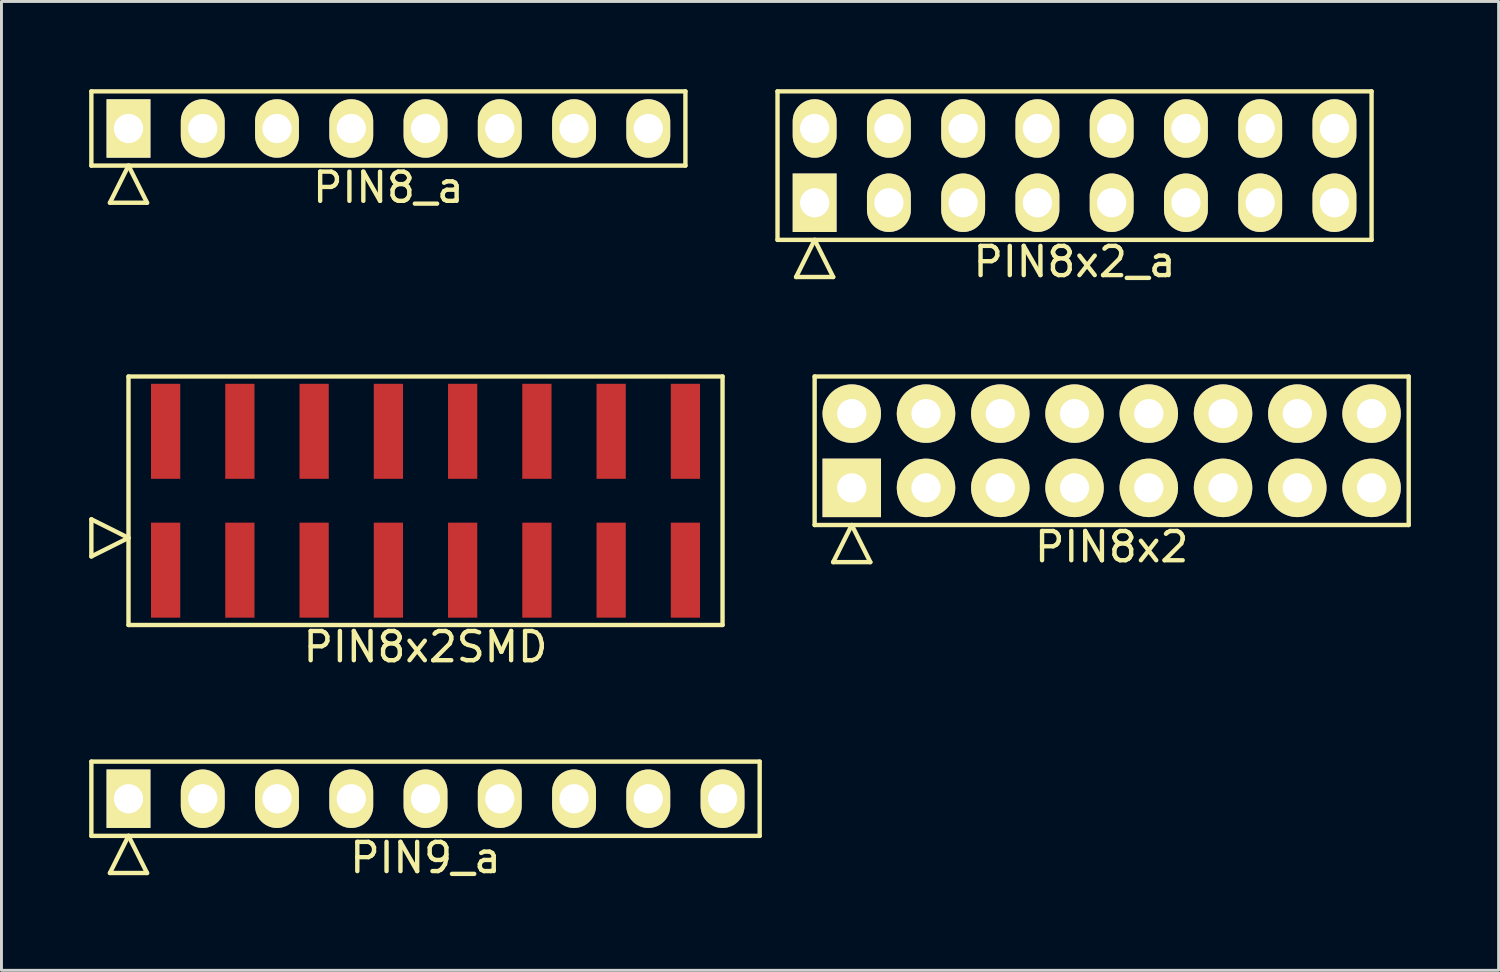
<source format=kicad_pcb>
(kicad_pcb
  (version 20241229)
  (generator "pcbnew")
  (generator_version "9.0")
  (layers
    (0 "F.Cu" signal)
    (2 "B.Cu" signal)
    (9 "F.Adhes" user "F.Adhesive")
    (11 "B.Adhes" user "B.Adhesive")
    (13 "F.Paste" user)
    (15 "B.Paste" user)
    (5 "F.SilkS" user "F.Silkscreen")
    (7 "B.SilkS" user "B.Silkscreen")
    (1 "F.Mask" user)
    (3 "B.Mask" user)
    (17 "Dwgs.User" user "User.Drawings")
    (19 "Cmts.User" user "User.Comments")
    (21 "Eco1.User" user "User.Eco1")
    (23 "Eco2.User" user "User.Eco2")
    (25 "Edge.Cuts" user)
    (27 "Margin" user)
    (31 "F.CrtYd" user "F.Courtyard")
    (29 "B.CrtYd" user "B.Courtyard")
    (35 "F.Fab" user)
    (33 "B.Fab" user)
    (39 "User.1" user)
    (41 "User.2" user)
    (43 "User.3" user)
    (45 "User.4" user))
  (footprint "PIN8x2SMD"
    (layer "F.Cu")
    (at 11.505 14.078)
    (property "Reference" "PIN8x2SMD" (at 0 5 0) (layer "F.SilkS") (effects (font (size 1 1) (thickness 0.15))))
    (attr through_hole)
    (fp_line (start -11.43 1.905) (end -11.43 0.635) (stroke (width 0.15) (type solid)) (layer "F.SilkS"))
    (fp_line (start -10.16 -4.25) (end -10.16 4.25) (stroke (width 0.15) (type solid)) (layer "F.SilkS"))
    (fp_line (start -10.16 1.27) (end -11.43 0.635) (stroke (width 0.15) (type solid)) (layer "F.SilkS"))
    (fp_line (start -10.16 1.27) (end -11.43 1.905) (stroke (width 0.15) (type solid)) (layer "F.SilkS"))
    (fp_line (start -10.16 4.25) (end 10.16 4.25) (stroke (width 0.15) (type solid)) (layer "F.SilkS"))
    (fp_line (start 10.16 -4.25) (end -10.16 -4.25) (stroke (width 0.15) (type solid)) (layer "F.SilkS"))
    (fp_line (start 10.16 4.25) (end 10.16 -4.25) (stroke (width 0.15) (type solid)) (layer "F.SilkS"))
    (pad "1" smd rect (at -8.89 2.375) (size 1 3.25) (layers "F.Cu" "F.Mask" "F.Paste"))
    (pad "2" smd rect (at -8.89 -2.375) (size 1 3.25) (layers "F.Cu" "F.Mask" "F.Paste"))
    (pad "3" smd rect (at -6.35 2.375) (size 1 3.25) (layers "F.Cu" "F.Mask" "F.Paste"))
    (pad "4" smd rect (at -6.35 -2.375) (size 1 3.25) (layers "F.Cu" "F.Mask" "F.Paste"))
    (pad "5" smd rect (at -3.81 2.375) (size 1 3.25) (layers "F.Cu" "F.Mask" "F.Paste"))
    (pad "6" smd rect (at -3.81 -2.375) (size 1 3.25) (layers "F.Cu" "F.Mask" "F.Paste"))
    (pad "7" smd rect (at -1.27 2.375) (size 1 3.25) (layers "F.Cu" "F.Mask" "F.Paste"))
    (pad "8" smd rect (at -1.27 -2.375) (size 1 3.25) (layers "F.Cu" "F.Mask" "F.Paste"))
    (pad "9" smd rect (at 1.27 2.375) (size 1 3.25) (layers "F.Cu" "F.Mask" "F.Paste"))
    (pad "10" smd rect (at 1.27 -2.375) (size 1 3.25) (layers "F.Cu" "F.Mask" "F.Paste"))
    (pad "11" smd rect (at 3.81 2.375) (size 1 3.25) (layers "F.Cu" "F.Mask" "F.Paste"))
    (pad "12" smd rect (at 3.81 -2.375) (size 1 3.25) (layers "F.Cu" "F.Mask" "F.Paste"))
    (pad "13" smd rect (at 6.35 2.375) (size 1 3.25) (layers "F.Cu" "F.Mask" "F.Paste"))
    (pad "14" smd rect (at 6.35 -2.375) (size 1 3.25) (layers "F.Cu" "F.Mask" "F.Paste"))
    (pad "15" smd rect (at 8.89 2.375) (size 1 3.25) (layers "F.Cu" "F.Mask" "F.Paste"))
    (pad "16" smd rect (at 8.89 -2.375) (size 1 3.25) (layers "F.Cu" "F.Mask" "F.Paste")))
  (footprint "PIN8_a"
    (layer "F.Cu")
    (at 10.235 1.345)
    (property "Reference" "PIN8_a" (at 0 2.02 0) (layer "F.SilkS") (effects (font (size 1 1) (thickness 0.15))))
    (attr through_hole)
    (fp_line (start -10.16 -1.27) (end -10.16 1.27) (stroke (width 0.15) (type solid)) (layer "F.SilkS"))
    (fp_line (start -10.16 1.27) (end 10.16 1.27) (stroke (width 0.15) (type solid)) (layer "F.SilkS"))
    (fp_line (start -9.525 2.54) (end -8.89 1.27) (stroke (width 0.15) (type solid)) (layer "F.SilkS"))
    (fp_line (start -9.525 2.54) (end -8.255 2.54) (stroke (width 0.15) (type solid)) (layer "F.SilkS"))
    (fp_line (start -8.255 2.54) (end -8.89 1.27) (stroke (width 0.15) (type solid)) (layer "F.SilkS"))
    (fp_line (start 10.16 -1.27) (end -10.16 -1.27) (stroke (width 0.15) (type solid)) (layer "F.SilkS"))
    (fp_line (start 10.16 1.27) (end 10.16 -1.27) (stroke (width 0.15) (type solid)) (layer "F.SilkS"))
    (pad "1" thru_hole rect (at -8.89 0) (size 1.5 2) (drill 1) (layers "*.Cu" "*.Mask" "F.SilkS"))
    (pad "2" thru_hole oval (at -6.35 0) (size 1.5 2) (drill 1) (layers "*.Cu" "*.Mask" "F.SilkS"))
    (pad "3" thru_hole oval (at -3.81 0) (size 1.5 2) (drill 1) (layers "*.Cu" "*.Mask" "F.SilkS"))
    (pad "4" thru_hole oval (at -1.27 0) (size 1.5 2) (drill 1) (layers "*.Cu" "*.Mask" "F.SilkS"))
    (pad "5" thru_hole oval (at 1.27 0) (size 1.5 2) (drill 1) (layers "*.Cu" "*.Mask" "F.SilkS"))
    (pad "6" thru_hole oval (at 3.81 0) (size 1.5 2) (drill 1) (layers "*.Cu" "*.Mask" "F.SilkS"))
    (pad "7" thru_hole oval (at 6.35 0) (size 1.5 2) (drill 1) (layers "*.Cu" "*.Mask" "F.SilkS"))
    (pad "8" thru_hole oval (at 8.89 0) (size 1.5 2) (drill 1) (layers "*.Cu" "*.Mask" "F.SilkS")))
  (footprint "PIN8x2_a"
    (layer "F.Cu")
    (at 33.705 2.615)
    (property "Reference" "PIN8x2_a" (at 0 3.29 0) (layer "F.SilkS") (effects (font (size 1 1) (thickness 0.15))))
    (attr through_hole)
    (fp_line (start -10.16 -2.54) (end -10.16 2.54) (stroke (width 0.15) (type solid)) (layer "F.SilkS"))
    (fp_line (start -10.16 2.54) (end 10.16 2.54) (stroke (width 0.15) (type solid)) (layer "F.SilkS"))
    (fp_line (start -9.525 3.81) (end -8.89 2.54) (stroke (width 0.15) (type solid)) (layer "F.SilkS"))
    (fp_line (start -9.525 3.81) (end -8.255 3.81) (stroke (width 0.15) (type solid)) (layer "F.SilkS"))
    (fp_line (start -8.255 3.81) (end -8.89 2.54) (stroke (width 0.15) (type solid)) (layer "F.SilkS"))
    (fp_line (start 10.16 -2.54) (end -10.16 -2.54) (stroke (width 0.15) (type solid)) (layer "F.SilkS"))
    (fp_line (start 10.16 2.54) (end 10.16 -2.54) (stroke (width 0.15) (type solid)) (layer "F.SilkS"))
    (pad "1" thru_hole rect (at -8.89 1.27) (size 1.5 2) (drill 1) (layers "*.Cu" "*.Mask" "F.SilkS"))
    (pad "2" thru_hole oval (at -8.89 -1.27) (size 1.5 2) (drill 1) (layers "*.Cu" "*.Mask" "F.SilkS"))
    (pad "3" thru_hole oval (at -6.35 1.27) (size 1.5 2) (drill 1) (layers "*.Cu" "*.Mask" "F.SilkS"))
    (pad "4" thru_hole oval (at -6.35 -1.27) (size 1.5 2) (drill 1) (layers "*.Cu" "*.Mask" "F.SilkS"))
    (pad "5" thru_hole oval (at -3.81 1.27) (size 1.5 2) (drill 1) (layers "*.Cu" "*.Mask" "F.SilkS"))
    (pad "6" thru_hole oval (at -3.81 -1.27) (size 1.5 2) (drill 1) (layers "*.Cu" "*.Mask" "F.SilkS"))
    (pad "7" thru_hole oval (at -1.27 1.27) (size 1.5 2) (drill 1) (layers "*.Cu" "*.Mask" "F.SilkS"))
    (pad "8" thru_hole oval (at -1.27 -1.27) (size 1.5 2) (drill 1) (layers "*.Cu" "*.Mask" "F.SilkS"))
    (pad "9" thru_hole oval (at 1.27 1.27) (size 1.5 2) (drill 1) (layers "*.Cu" "*.Mask" "F.SilkS"))
    (pad "10" thru_hole oval (at 1.27 -1.27) (size 1.5 2) (drill 1) (layers "*.Cu" "*.Mask" "F.SilkS"))
    (pad "11" thru_hole oval (at 3.81 1.27) (size 1.5 2) (drill 1) (layers "*.Cu" "*.Mask" "F.SilkS"))
    (pad "12" thru_hole oval (at 3.81 -1.27) (size 1.5 2) (drill 1) (layers "*.Cu" "*.Mask" "F.SilkS"))
    (pad "13" thru_hole oval (at 6.35 1.27) (size 1.5 2) (drill 1) (layers "*.Cu" "*.Mask" "F.SilkS"))
    (pad "14" thru_hole oval (at 6.35 -1.27) (size 1.5 2) (drill 1) (layers "*.Cu" "*.Mask" "F.SilkS"))
    (pad "15" thru_hole oval (at 8.89 1.27) (size 1.5 2) (drill 1) (layers "*.Cu" "*.Mask" "F.SilkS"))
    (pad "16" thru_hole oval (at 8.89 -1.27) (size 1.5 2) (drill 1) (layers "*.Cu" "*.Mask" "F.SilkS")))
  (footprint "PIN8x2"
    (layer "F.Cu")
    (at 34.975 12.368)
    (property "Reference" "PIN8x2" (at 0 3.29 0) (layer "F.SilkS") (effects (font (size 1 1) (thickness 0.15))))
    (attr through_hole)
    (fp_line (start -10.16 -2.54) (end -10.16 2.54) (stroke (width 0.15) (type solid)) (layer "F.SilkS"))
    (fp_line (start -10.16 2.54) (end 10.16 2.54) (stroke (width 0.15) (type solid)) (layer "F.SilkS"))
    (fp_line (start -9.525 3.81) (end -8.89 2.54) (stroke (width 0.15) (type solid)) (layer "F.SilkS"))
    (fp_line (start -9.525 3.81) (end -8.255 3.81) (stroke (width 0.15) (type solid)) (layer "F.SilkS"))
    (fp_line (start -8.255 3.81) (end -8.89 2.54) (stroke (width 0.15) (type solid)) (layer "F.SilkS"))
    (fp_line (start 10.16 -2.54) (end -10.16 -2.54) (stroke (width 0.15) (type solid)) (layer "F.SilkS"))
    (fp_line (start 10.16 2.54) (end 10.16 -2.54) (stroke (width 0.15) (type solid)) (layer "F.SilkS"))
    (pad "1" thru_hole rect (at -8.89 1.27) (size 2 2) (drill 1) (layers "*.Cu" "*.Mask" "F.SilkS"))
    (pad "2" thru_hole oval (at -8.89 -1.27) (size 2 2) (drill 1) (layers "*.Cu" "*.Mask" "F.SilkS"))
    (pad "3" thru_hole oval (at -6.35 1.27) (size 2 2) (drill 1) (layers "*.Cu" "*.Mask" "F.SilkS"))
    (pad "4" thru_hole oval (at -6.35 -1.27) (size 2 2) (drill 1) (layers "*.Cu" "*.Mask" "F.SilkS"))
    (pad "5" thru_hole oval (at -3.81 1.27) (size 2 2) (drill 1) (layers "*.Cu" "*.Mask" "F.SilkS"))
    (pad "6" thru_hole oval (at -3.81 -1.27) (size 2 2) (drill 1) (layers "*.Cu" "*.Mask" "F.SilkS"))
    (pad "7" thru_hole oval (at -1.27 1.27) (size 2 2) (drill 1) (layers "*.Cu" "*.Mask" "F.SilkS"))
    (pad "8" thru_hole oval (at -1.27 -1.27) (size 2 2) (drill 1) (layers "*.Cu" "*.Mask" "F.SilkS"))
    (pad "9" thru_hole oval (at 1.27 1.27) (size 2 2) (drill 1) (layers "*.Cu" "*.Mask" "F.SilkS"))
    (pad "10" thru_hole oval (at 1.27 -1.27) (size 2 2) (drill 1) (layers "*.Cu" "*.Mask" "F.SilkS"))
    (pad "11" thru_hole oval (at 3.81 1.27) (size 2 2) (drill 1) (layers "*.Cu" "*.Mask" "F.SilkS"))
    (pad "12" thru_hole oval (at 3.81 -1.27) (size 2 2) (drill 1) (layers "*.Cu" "*.Mask" "F.SilkS"))
    (pad "13" thru_hole oval (at 6.35 1.27) (size 2 2) (drill 1) (layers "*.Cu" "*.Mask" "F.SilkS"))
    (pad "14" thru_hole oval (at 6.35 -1.27) (size 2 2) (drill 1) (layers "*.Cu" "*.Mask" "F.SilkS"))
    (pad "15" thru_hole oval (at 8.89 1.27) (size 2 2) (drill 1) (layers "*.Cu" "*.Mask" "F.SilkS"))
    (pad "16" thru_hole oval (at 8.89 -1.27) (size 2 2) (drill 1) (layers "*.Cu" "*.Mask" "F.SilkS")))
  (footprint "PIN9_a"
    (layer "F.Cu")
    (at 11.505 24.271)
    (property "Reference" "PIN9_a" (at 0 2.02 0) (layer "F.SilkS") (effects (font (size 1 1) (thickness 0.15))))
    (attr through_hole)
    (fp_line (start -11.43 -1.27) (end -11.43 1.27) (stroke (width 0.15) (type solid)) (layer "F.SilkS"))
    (fp_line (start -11.43 1.27) (end 11.43 1.27) (stroke (width 0.15) (type solid)) (layer "F.SilkS"))
    (fp_line (start -10.795 2.54) (end -10.16 1.27) (stroke (width 0.15) (type solid)) (layer "F.SilkS"))
    (fp_line (start -10.795 2.54) (end -9.525 2.54) (stroke (width 0.15) (type solid)) (layer "F.SilkS"))
    (fp_line (start -9.525 2.54) (end -10.16 1.27) (stroke (width 0.15) (type solid)) (layer "F.SilkS"))
    (fp_line (start 11.43 -1.27) (end -11.43 -1.27) (stroke (width 0.15) (type solid)) (layer "F.SilkS"))
    (fp_line (start 11.43 1.27) (end 11.43 -1.27) (stroke (width 0.15) (type solid)) (layer "F.SilkS"))
    (pad "1" thru_hole rect (at -10.16 0) (size 1.5 2) (drill 1) (layers "*.Cu" "*.Mask" "F.SilkS"))
    (pad "2" thru_hole oval (at -7.62 0) (size 1.5 2) (drill 1) (layers "*.Cu" "*.Mask" "F.SilkS"))
    (pad "3" thru_hole oval (at -5.08 0) (size 1.5 2) (drill 1) (layers "*.Cu" "*.Mask" "F.SilkS"))
    (pad "4" thru_hole oval (at -2.54 0) (size 1.5 2) (drill 1) (layers "*.Cu" "*.Mask" "F.SilkS"))
    (pad "5" thru_hole oval (at 0 0) (size 1.5 2) (drill 1) (layers "*.Cu" "*.Mask" "F.SilkS"))
    (pad "6" thru_hole oval (at 2.54 0) (size 1.5 2) (drill 1) (layers "*.Cu" "*.Mask" "F.SilkS"))
    (pad "7" thru_hole oval (at 5.08 0) (size 1.5 2) (drill 1) (layers "*.Cu" "*.Mask" "F.SilkS"))
    (pad "8" thru_hole oval (at 7.62 0) (size 1.5 2) (drill 1) (layers "*.Cu" "*.Mask" "F.SilkS"))
    (pad "9" thru_hole oval (at 10.16 0) (size 1.5 2) (drill 1) (layers "*.Cu" "*.Mask" "F.SilkS")))
  (gr_rect
    (start -3 -3)
    (end 48.21 30.14)
    (stroke (width 0.1) (type default))
    (fill no)
    (layer "Edge.Cuts")))
</source>
